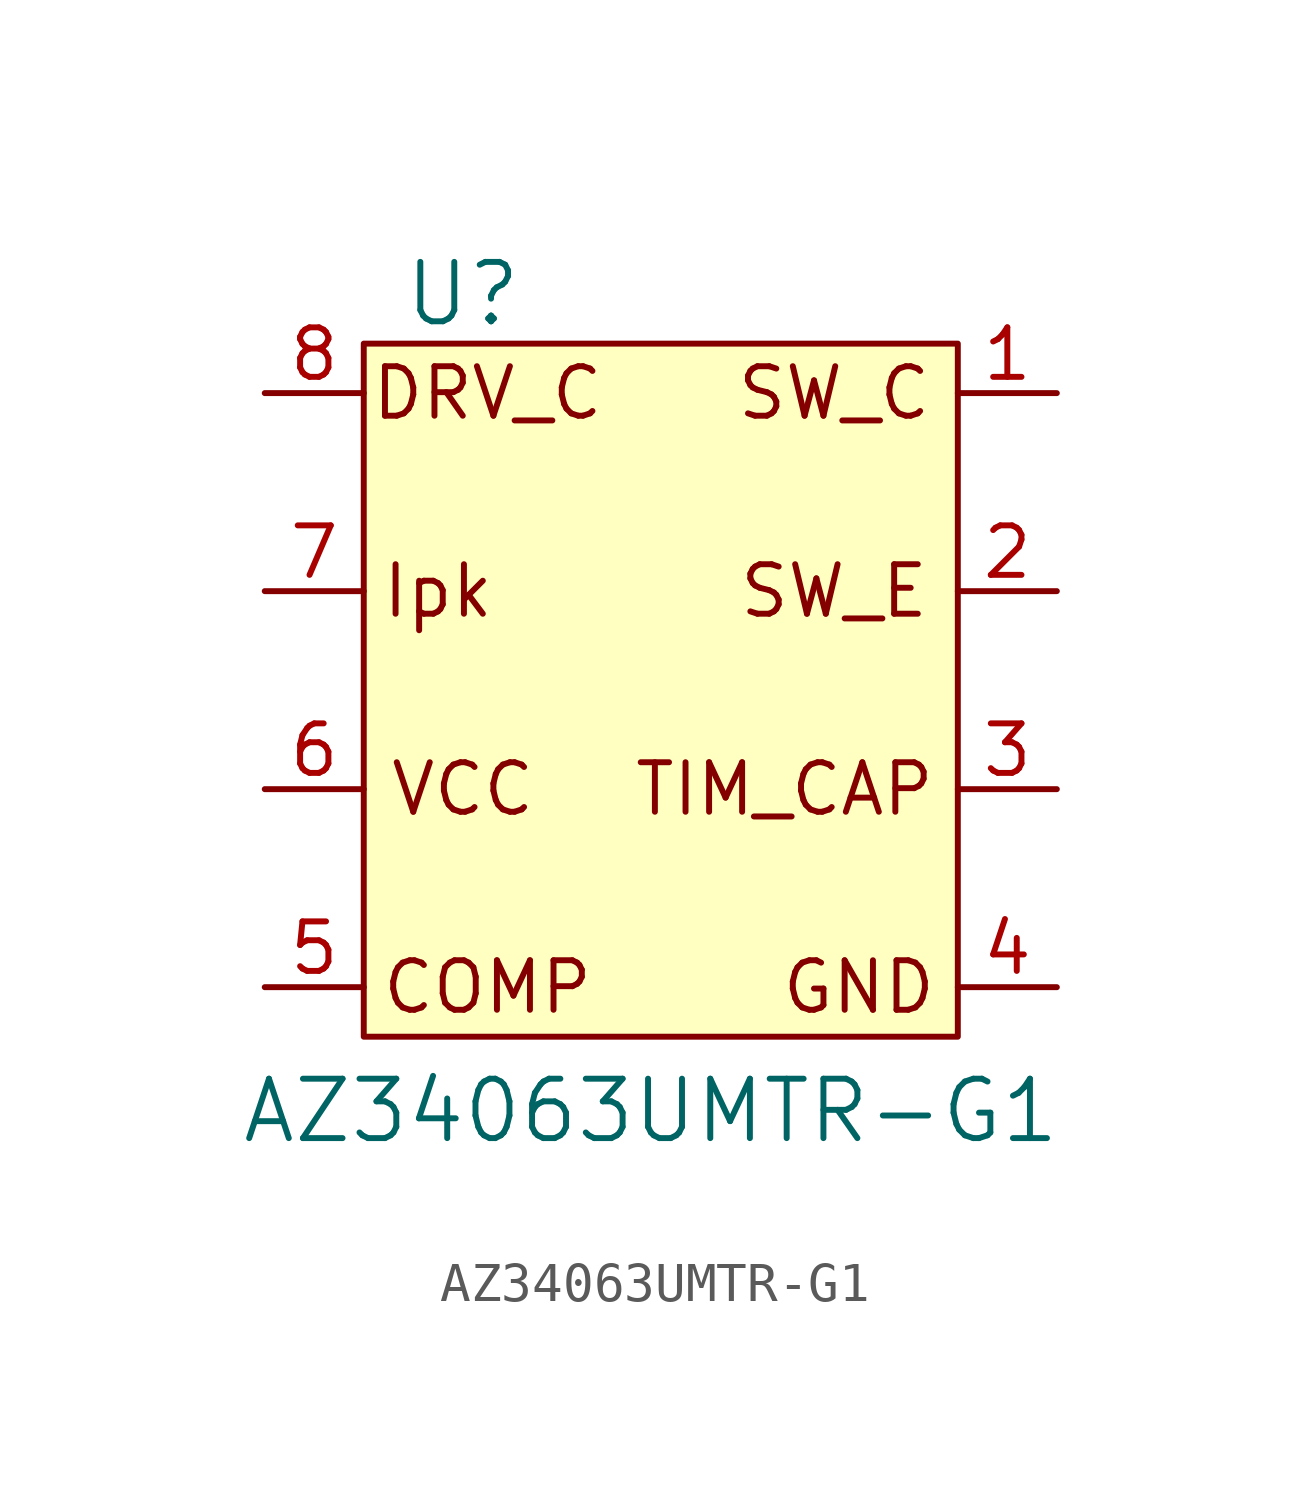
<source format=kicad_sym>
(kicad_symbol_lib
  (version 20241209)
  (generator "kicad_symbol_editor")
  (generator_version "9.0")
  (symbol "AZ34063UMTR-G1"
    (pin_names
      (offset 0)
      (hide yes))
    (property "Reference" "U"
      (at -5.08 10.16 0)
      (effects (font (size 1.524 1.524))))
    (property "Value" "AZ34063UMTR-G1"
      (at -0.254 -10.795 0)
      (effects (font (size 1.524 1.524))))
    (symbol "AZ34063UMTR-G1_0_0"
      (rectangle (start -7.62 8.89) (end 7.62 -8.89) (stroke (width 0) (type default)) (fill (type background)))
      (text "Ipk" (at -5.715 2.54 0) (effects (font (size 1.27 1.27))))
      (text "VCC" (at -5.08 -2.54 0) (effects (font (size 1.27 1.27))))
      (text "DRV_C" (at -4.445 7.62 0) (effects (font (size 1.27 1.27))))
      (text "COMP" (at -4.445 -7.62 0) (effects (font (size 1.27 1.27))))
      (text "TIM_CAP" (at 3.175 -2.54 0) (effects (font (size 1.27 1.27))))
      (text "SW_C" (at 4.445 7.62 0) (effects (font (size 1.27 1.27))))
      (text "SW_E" (at 4.445 2.54 0) (effects (font (size 1.27 1.27))))
      (text "GND" (at 5.08 -7.62 0) (effects (font (size 1.27 1.27)))))
    (symbol "AZ34063UMTR-G1_1_1"
      (pin input line (at -10.16 7.62 0) (length 2.54) (name "Driver_Collector" (effects (font (size 1.27 1.27)))) (number "8" (effects (font (size 1.27 1.27)))))
      (pin input line (at -10.16 2.54 0) (length 2.54) (name "Ipk_Sense" (effects (font (size 1.27 1.27)))) (number "7" (effects (font (size 1.27 1.27)))))
      (pin input line (at -10.16 -2.54 0) (length 2.54) (name "VCC" (effects (font (size 1.27 1.27)))) (number "6" (effects (font (size 1.27 1.27)))))
      (pin input line (at -10.16 -7.62 0) (length 2.54) (name "Comp_in" (effects (font (size 1.27 1.27)))) (number "5" (effects (font (size 1.27 1.27)))))
      (pin input line (at 10.16 7.62 180) (length 2.54) (name "Switch_Collector" (effects (font (size 1.27 1.27)))) (number "1" (effects (font (size 1.27 1.27)))))
      (pin input line (at 10.16 2.54 180) (length 2.54) (name "Switch_Emitter" (effects (font (size 1.27 1.27)))) (number "2" (effects (font (size 1.27 1.27)))))
      (pin input line (at 10.16 -2.54 180) (length 2.54) (name "Timing_Capacitor" (effects (font (size 1.27 1.27)))) (number "3" (effects (font (size 1.27 1.27)))))
      (pin input line (at 10.16 -7.62 180) (length 2.54) (name "GND" (effects (font (size 1.27 1.27)))) (number "4" (effects (font (size 1.27 1.27))))))))
</source>
